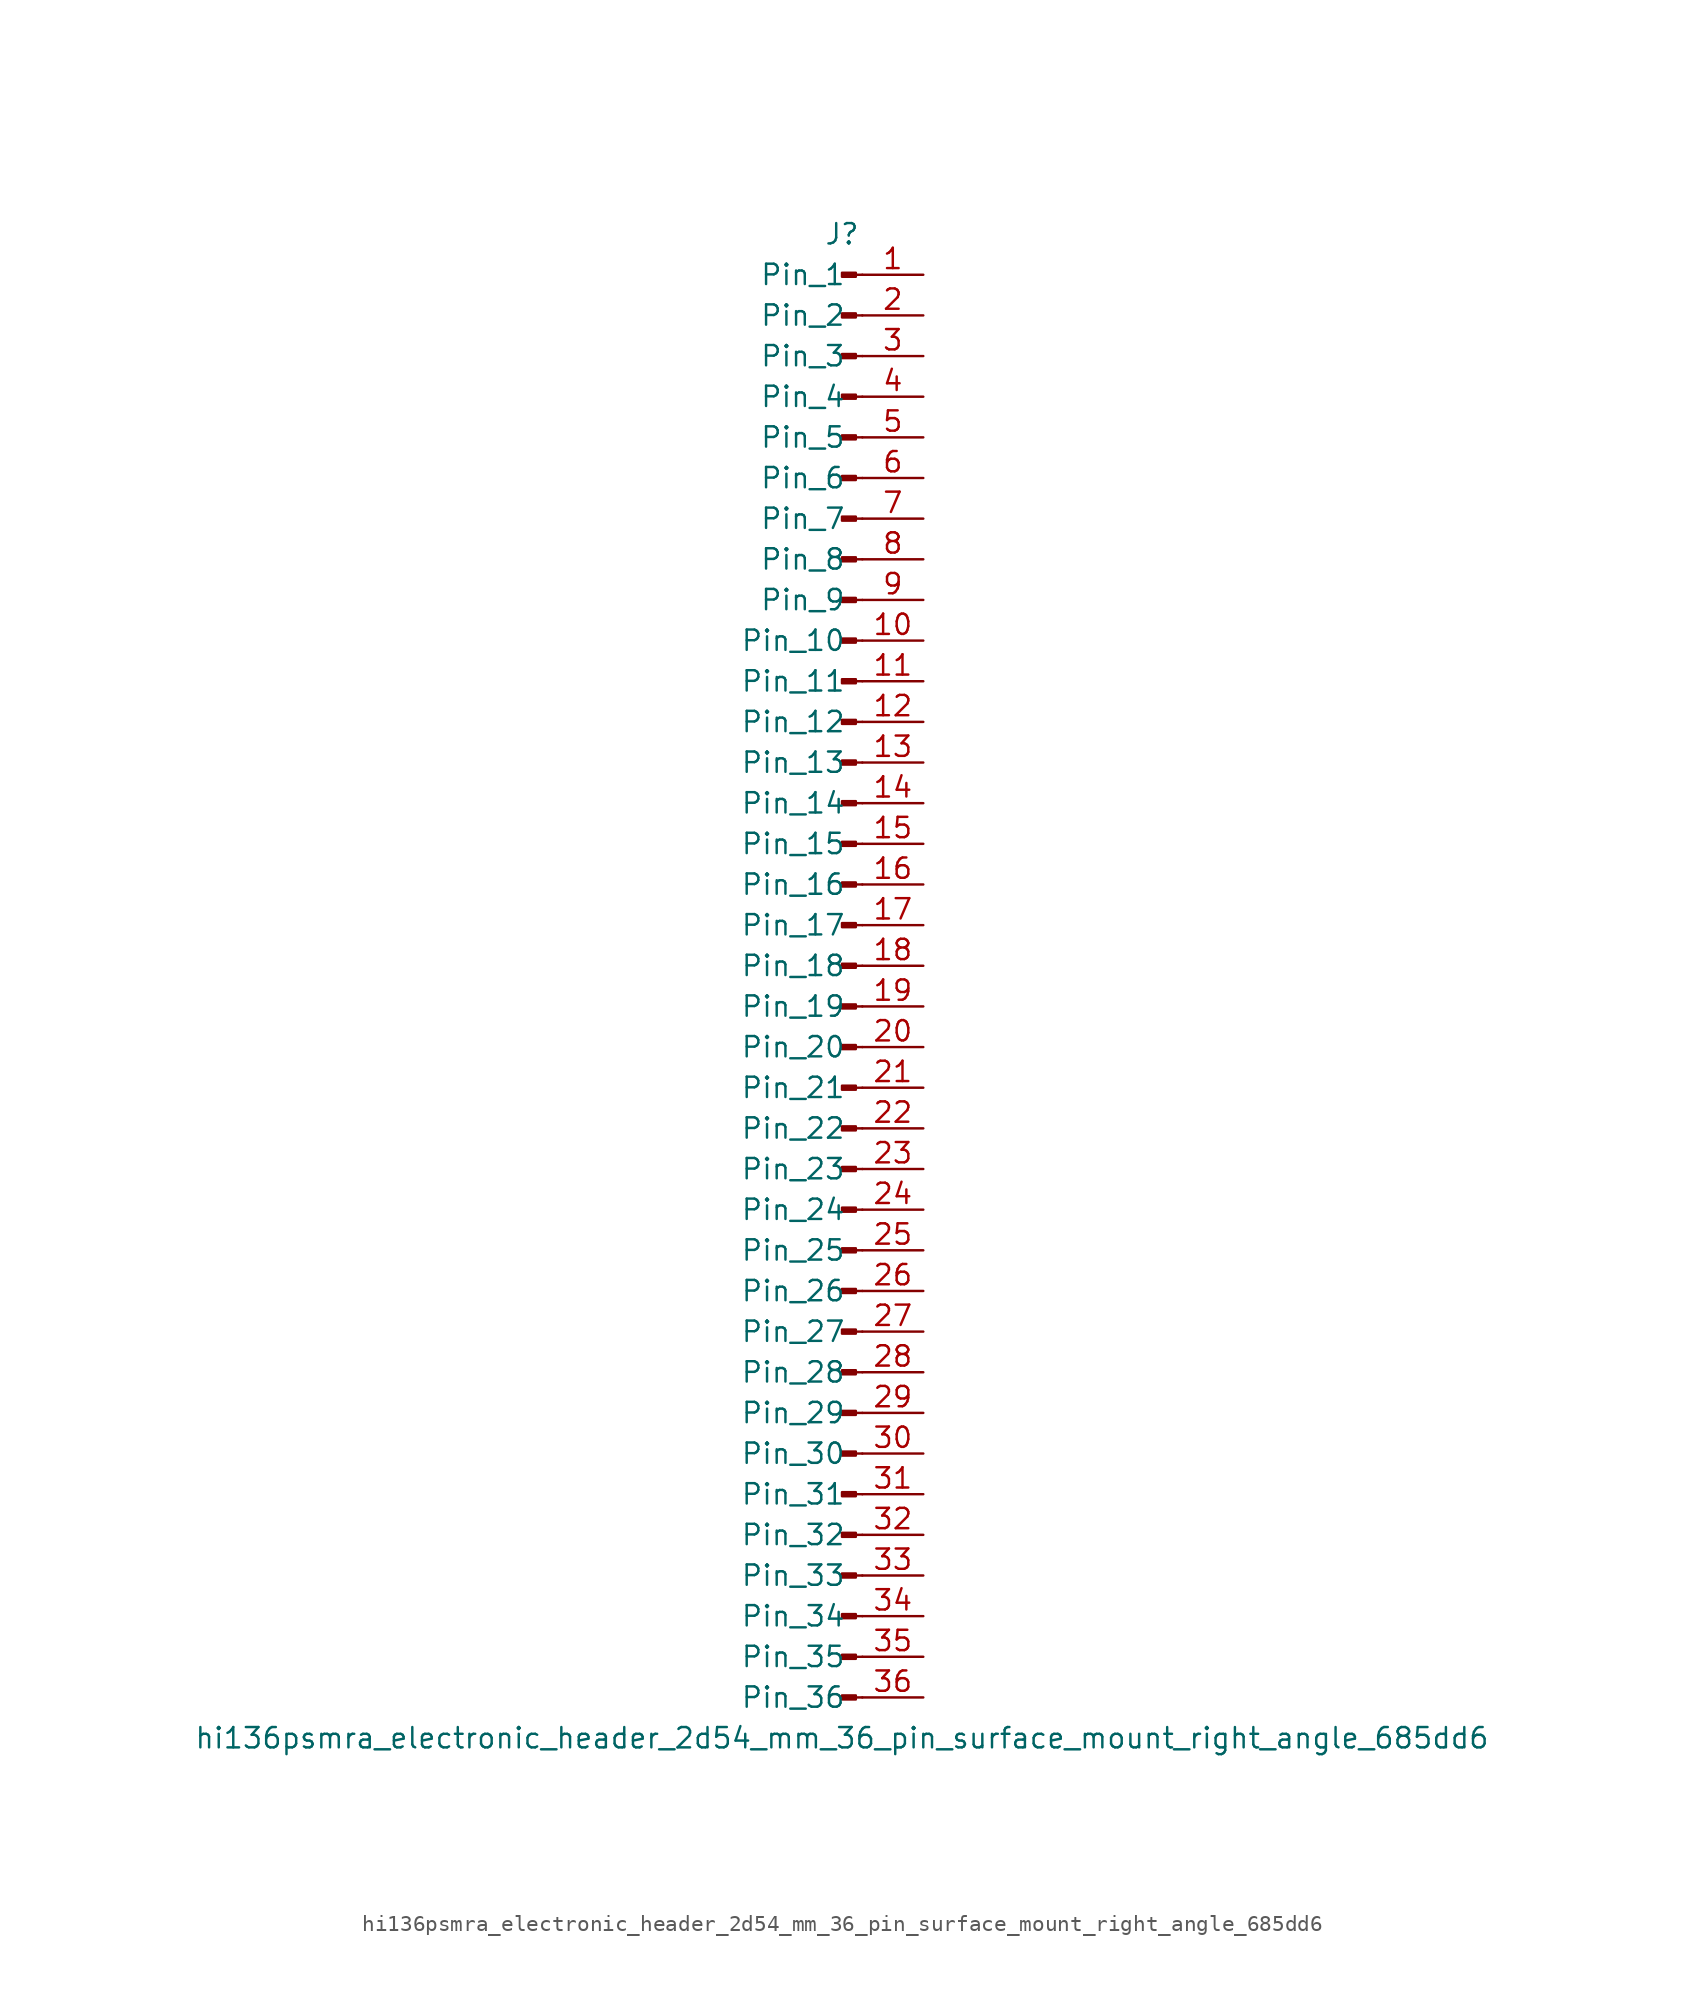
<source format=kicad_sym>
(kicad_symbol_lib
  (version 20220914)
  (generator kicad_symbol_editor)
  (symbol "hi136psmra_electronic_header_2d54_mm_36_pin_surface_mount_right_angle_685dd6"
    (pin_names
      (offset 1.016))
    (property "Reference" "J"
      (at 0 45.72 0)
      (effects (font (size 1.27 1.27))))
    (property "Value" "hi136psmra_electronic_header_2d54_mm_36_pin_surface_mount_right_angle_685dd6"
      (at 0 -48.26 0)
      (effects (font (size 1.27 1.27))))
    (property "ki_locked" ""
      (at 0 0 0)
      (effects (font (size 1.27 1.27))))
    (symbol "hi136psmra_electronic_header_2d54_mm_36_pin_surface_mount_right_angle_685dd6_1_1"
      (polyline (pts (xy 1.27 -45.72) (xy 0.864 -45.72)) (stroke (width 0.152) (type default)) (fill (type none)))
      (polyline (pts (xy 1.27 -43.18) (xy 0.864 -43.18)) (stroke (width 0.152) (type default)) (fill (type none)))
      (polyline (pts (xy 1.27 -40.64) (xy 0.864 -40.64)) (stroke (width 0.152) (type default)) (fill (type none)))
      (polyline (pts (xy 1.27 -38.1) (xy 0.864 -38.1)) (stroke (width 0.152) (type default)) (fill (type none)))
      (polyline (pts (xy 1.27 -35.56) (xy 0.864 -35.56)) (stroke (width 0.152) (type default)) (fill (type none)))
      (polyline (pts (xy 1.27 -33.02) (xy 0.864 -33.02)) (stroke (width 0.152) (type default)) (fill (type none)))
      (polyline (pts (xy 1.27 -30.48) (xy 0.864 -30.48)) (stroke (width 0.152) (type default)) (fill (type none)))
      (polyline (pts (xy 1.27 -27.94) (xy 0.864 -27.94)) (stroke (width 0.152) (type default)) (fill (type none)))
      (polyline (pts (xy 1.27 -25.4) (xy 0.864 -25.4)) (stroke (width 0.152) (type default)) (fill (type none)))
      (polyline (pts (xy 1.27 -22.86) (xy 0.864 -22.86)) (stroke (width 0.152) (type default)) (fill (type none)))
      (polyline (pts (xy 1.27 -20.32) (xy 0.864 -20.32)) (stroke (width 0.152) (type default)) (fill (type none)))
      (polyline (pts (xy 1.27 -17.78) (xy 0.864 -17.78)) (stroke (width 0.152) (type default)) (fill (type none)))
      (polyline (pts (xy 1.27 -15.24) (xy 0.864 -15.24)) (stroke (width 0.152) (type default)) (fill (type none)))
      (polyline (pts (xy 1.27 -12.7) (xy 0.864 -12.7)) (stroke (width 0.152) (type default)) (fill (type none)))
      (polyline (pts (xy 1.27 -10.16) (xy 0.864 -10.16)) (stroke (width 0.152) (type default)) (fill (type none)))
      (polyline (pts (xy 1.27 -7.62) (xy 0.864 -7.62)) (stroke (width 0.152) (type default)) (fill (type none)))
      (polyline (pts (xy 1.27 -5.08) (xy 0.864 -5.08)) (stroke (width 0.152) (type default)) (fill (type none)))
      (polyline (pts (xy 1.27 -2.54) (xy 0.864 -2.54)) (stroke (width 0.152) (type default)) (fill (type none)))
      (polyline (pts (xy 1.27 0) (xy 0.864 0)) (stroke (width 0.152) (type default)) (fill (type none)))
      (polyline (pts (xy 1.27 2.54) (xy 0.864 2.54)) (stroke (width 0.152) (type default)) (fill (type none)))
      (polyline (pts (xy 1.27 5.08) (xy 0.864 5.08)) (stroke (width 0.152) (type default)) (fill (type none)))
      (polyline (pts (xy 1.27 7.62) (xy 0.864 7.62)) (stroke (width 0.152) (type default)) (fill (type none)))
      (polyline (pts (xy 1.27 10.16) (xy 0.864 10.16)) (stroke (width 0.152) (type default)) (fill (type none)))
      (polyline (pts (xy 1.27 12.7) (xy 0.864 12.7)) (stroke (width 0.152) (type default)) (fill (type none)))
      (polyline (pts (xy 1.27 15.24) (xy 0.864 15.24)) (stroke (width 0.152) (type default)) (fill (type none)))
      (polyline (pts (xy 1.27 17.78) (xy 0.864 17.78)) (stroke (width 0.152) (type default)) (fill (type none)))
      (polyline (pts (xy 1.27 20.32) (xy 0.864 20.32)) (stroke (width 0.152) (type default)) (fill (type none)))
      (polyline (pts (xy 1.27 22.86) (xy 0.864 22.86)) (stroke (width 0.152) (type default)) (fill (type none)))
      (polyline (pts (xy 1.27 25.4) (xy 0.864 25.4)) (stroke (width 0.152) (type default)) (fill (type none)))
      (polyline (pts (xy 1.27 27.94) (xy 0.864 27.94)) (stroke (width 0.152) (type default)) (fill (type none)))
      (polyline (pts (xy 1.27 30.48) (xy 0.864 30.48)) (stroke (width 0.152) (type default)) (fill (type none)))
      (polyline (pts (xy 1.27 33.02) (xy 0.864 33.02)) (stroke (width 0.152) (type default)) (fill (type none)))
      (polyline (pts (xy 1.27 35.56) (xy 0.864 35.56)) (stroke (width 0.152) (type default)) (fill (type none)))
      (polyline (pts (xy 1.27 38.1) (xy 0.864 38.1)) (stroke (width 0.152) (type default)) (fill (type none)))
      (polyline (pts (xy 1.27 40.64) (xy 0.864 40.64)) (stroke (width 0.152) (type default)) (fill (type none)))
      (polyline (pts (xy 1.27 43.18) (xy 0.864 43.18)) (stroke (width 0.152) (type default)) (fill (type none)))
      (rectangle (start 0.864 -45.593) (end 0 -45.847) (stroke (width 0.152) (type default)) (fill (type outline)))
      (rectangle (start 0.864 -43.053) (end 0 -43.307) (stroke (width 0.152) (type default)) (fill (type outline)))
      (rectangle (start 0.864 -40.513) (end 0 -40.767) (stroke (width 0.152) (type default)) (fill (type outline)))
      (rectangle (start 0.864 -37.973) (end 0 -38.227) (stroke (width 0.152) (type default)) (fill (type outline)))
      (rectangle (start 0.864 -35.433) (end 0 -35.687) (stroke (width 0.152) (type default)) (fill (type outline)))
      (rectangle (start 0.864 -32.893) (end 0 -33.147) (stroke (width 0.152) (type default)) (fill (type outline)))
      (rectangle (start 0.864 -30.353) (end 0 -30.607) (stroke (width 0.152) (type default)) (fill (type outline)))
      (rectangle (start 0.864 -27.813) (end 0 -28.067) (stroke (width 0.152) (type default)) (fill (type outline)))
      (rectangle (start 0.864 -25.273) (end 0 -25.527) (stroke (width 0.152) (type default)) (fill (type outline)))
      (rectangle (start 0.864 -22.733) (end 0 -22.987) (stroke (width 0.152) (type default)) (fill (type outline)))
      (rectangle (start 0.864 -20.193) (end 0 -20.447) (stroke (width 0.152) (type default)) (fill (type outline)))
      (rectangle (start 0.864 -17.653) (end 0 -17.907) (stroke (width 0.152) (type default)) (fill (type outline)))
      (rectangle (start 0.864 -15.113) (end 0 -15.367) (stroke (width 0.152) (type default)) (fill (type outline)))
      (rectangle (start 0.864 -12.573) (end 0 -12.827) (stroke (width 0.152) (type default)) (fill (type outline)))
      (rectangle (start 0.864 -10.033) (end 0 -10.287) (stroke (width 0.152) (type default)) (fill (type outline)))
      (rectangle (start 0.864 -7.493) (end 0 -7.747) (stroke (width 0.152) (type default)) (fill (type outline)))
      (rectangle (start 0.864 -4.953) (end 0 -5.207) (stroke (width 0.152) (type default)) (fill (type outline)))
      (rectangle (start 0.864 -2.413) (end 0 -2.667) (stroke (width 0.152) (type default)) (fill (type outline)))
      (rectangle (start 0.864 0.127) (end 0 -0.127) (stroke (width 0.152) (type default)) (fill (type outline)))
      (rectangle (start 0.864 2.667) (end 0 2.413) (stroke (width 0.152) (type default)) (fill (type outline)))
      (rectangle (start 0.864 5.207) (end 0 4.953) (stroke (width 0.152) (type default)) (fill (type outline)))
      (rectangle (start 0.864 7.747) (end 0 7.493) (stroke (width 0.152) (type default)) (fill (type outline)))
      (rectangle (start 0.864 10.287) (end 0 10.033) (stroke (width 0.152) (type default)) (fill (type outline)))
      (rectangle (start 0.864 12.827) (end 0 12.573) (stroke (width 0.152) (type default)) (fill (type outline)))
      (rectangle (start 0.864 15.367) (end 0 15.113) (stroke (width 0.152) (type default)) (fill (type outline)))
      (rectangle (start 0.864 17.907) (end 0 17.653) (stroke (width 0.152) (type default)) (fill (type outline)))
      (rectangle (start 0.864 20.447) (end 0 20.193) (stroke (width 0.152) (type default)) (fill (type outline)))
      (rectangle (start 0.864 22.987) (end 0 22.733) (stroke (width 0.152) (type default)) (fill (type outline)))
      (rectangle (start 0.864 25.527) (end 0 25.273) (stroke (width 0.152) (type default)) (fill (type outline)))
      (rectangle (start 0.864 28.067) (end 0 27.813) (stroke (width 0.152) (type default)) (fill (type outline)))
      (rectangle (start 0.864 30.607) (end 0 30.353) (stroke (width 0.152) (type default)) (fill (type outline)))
      (rectangle (start 0.864 33.147) (end 0 32.893) (stroke (width 0.152) (type default)) (fill (type outline)))
      (rectangle (start 0.864 35.687) (end 0 35.433) (stroke (width 0.152) (type default)) (fill (type outline)))
      (rectangle (start 0.864 38.227) (end 0 37.973) (stroke (width 0.152) (type default)) (fill (type outline)))
      (rectangle (start 0.864 40.767) (end 0 40.513) (stroke (width 0.152) (type default)) (fill (type outline)))
      (rectangle (start 0.864 43.307) (end 0 43.053) (stroke (width 0.152) (type default)) (fill (type outline)))
      (pin passive line (at 5.08 43.18 180) (length 3.81) (name "Pin_1" (effects (font (size 1.27 1.27)))) (number "1" (effects (font (size 1.27 1.27)))))
      (pin passive line (at 5.08 20.32 180) (length 3.81) (name "Pin_10" (effects (font (size 1.27 1.27)))) (number "10" (effects (font (size 1.27 1.27)))))
      (pin passive line (at 5.08 17.78 180) (length 3.81) (name "Pin_11" (effects (font (size 1.27 1.27)))) (number "11" (effects (font (size 1.27 1.27)))))
      (pin passive line (at 5.08 15.24 180) (length 3.81) (name "Pin_12" (effects (font (size 1.27 1.27)))) (number "12" (effects (font (size 1.27 1.27)))))
      (pin passive line (at 5.08 12.7 180) (length 3.81) (name "Pin_13" (effects (font (size 1.27 1.27)))) (number "13" (effects (font (size 1.27 1.27)))))
      (pin passive line (at 5.08 10.16 180) (length 3.81) (name "Pin_14" (effects (font (size 1.27 1.27)))) (number "14" (effects (font (size 1.27 1.27)))))
      (pin passive line (at 5.08 7.62 180) (length 3.81) (name "Pin_15" (effects (font (size 1.27 1.27)))) (number "15" (effects (font (size 1.27 1.27)))))
      (pin passive line (at 5.08 5.08 180) (length 3.81) (name "Pin_16" (effects (font (size 1.27 1.27)))) (number "16" (effects (font (size 1.27 1.27)))))
      (pin passive line (at 5.08 2.54 180) (length 3.81) (name "Pin_17" (effects (font (size 1.27 1.27)))) (number "17" (effects (font (size 1.27 1.27)))))
      (pin passive line (at 5.08 0 180) (length 3.81) (name "Pin_18" (effects (font (size 1.27 1.27)))) (number "18" (effects (font (size 1.27 1.27)))))
      (pin passive line (at 5.08 -2.54 180) (length 3.81) (name "Pin_19" (effects (font (size 1.27 1.27)))) (number "19" (effects (font (size 1.27 1.27)))))
      (pin passive line (at 5.08 40.64 180) (length 3.81) (name "Pin_2" (effects (font (size 1.27 1.27)))) (number "2" (effects (font (size 1.27 1.27)))))
      (pin passive line (at 5.08 -5.08 180) (length 3.81) (name "Pin_20" (effects (font (size 1.27 1.27)))) (number "20" (effects (font (size 1.27 1.27)))))
      (pin passive line (at 5.08 -7.62 180) (length 3.81) (name "Pin_21" (effects (font (size 1.27 1.27)))) (number "21" (effects (font (size 1.27 1.27)))))
      (pin passive line (at 5.08 -10.16 180) (length 3.81) (name "Pin_22" (effects (font (size 1.27 1.27)))) (number "22" (effects (font (size 1.27 1.27)))))
      (pin passive line (at 5.08 -12.7 180) (length 3.81) (name "Pin_23" (effects (font (size 1.27 1.27)))) (number "23" (effects (font (size 1.27 1.27)))))
      (pin passive line (at 5.08 -15.24 180) (length 3.81) (name "Pin_24" (effects (font (size 1.27 1.27)))) (number "24" (effects (font (size 1.27 1.27)))))
      (pin passive line (at 5.08 -17.78 180) (length 3.81) (name "Pin_25" (effects (font (size 1.27 1.27)))) (number "25" (effects (font (size 1.27 1.27)))))
      (pin passive line (at 5.08 -20.32 180) (length 3.81) (name "Pin_26" (effects (font (size 1.27 1.27)))) (number "26" (effects (font (size 1.27 1.27)))))
      (pin passive line (at 5.08 -22.86 180) (length 3.81) (name "Pin_27" (effects (font (size 1.27 1.27)))) (number "27" (effects (font (size 1.27 1.27)))))
      (pin passive line (at 5.08 -25.4 180) (length 3.81) (name "Pin_28" (effects (font (size 1.27 1.27)))) (number "28" (effects (font (size 1.27 1.27)))))
      (pin passive line (at 5.08 -27.94 180) (length 3.81) (name "Pin_29" (effects (font (size 1.27 1.27)))) (number "29" (effects (font (size 1.27 1.27)))))
      (pin passive line (at 5.08 38.1 180) (length 3.81) (name "Pin_3" (effects (font (size 1.27 1.27)))) (number "3" (effects (font (size 1.27 1.27)))))
      (pin passive line (at 5.08 -30.48 180) (length 3.81) (name "Pin_30" (effects (font (size 1.27 1.27)))) (number "30" (effects (font (size 1.27 1.27)))))
      (pin passive line (at 5.08 -33.02 180) (length 3.81) (name "Pin_31" (effects (font (size 1.27 1.27)))) (number "31" (effects (font (size 1.27 1.27)))))
      (pin passive line (at 5.08 -35.56 180) (length 3.81) (name "Pin_32" (effects (font (size 1.27 1.27)))) (number "32" (effects (font (size 1.27 1.27)))))
      (pin passive line (at 5.08 -38.1 180) (length 3.81) (name "Pin_33" (effects (font (size 1.27 1.27)))) (number "33" (effects (font (size 1.27 1.27)))))
      (pin passive line (at 5.08 -40.64 180) (length 3.81) (name "Pin_34" (effects (font (size 1.27 1.27)))) (number "34" (effects (font (size 1.27 1.27)))))
      (pin passive line (at 5.08 -43.18 180) (length 3.81) (name "Pin_35" (effects (font (size 1.27 1.27)))) (number "35" (effects (font (size 1.27 1.27)))))
      (pin passive line (at 5.08 -45.72 180) (length 3.81) (name "Pin_36" (effects (font (size 1.27 1.27)))) (number "36" (effects (font (size 1.27 1.27)))))
      (pin passive line (at 5.08 35.56 180) (length 3.81) (name "Pin_4" (effects (font (size 1.27 1.27)))) (number "4" (effects (font (size 1.27 1.27)))))
      (pin passive line (at 5.08 33.02 180) (length 3.81) (name "Pin_5" (effects (font (size 1.27 1.27)))) (number "5" (effects (font (size 1.27 1.27)))))
      (pin passive line (at 5.08 30.48 180) (length 3.81) (name "Pin_6" (effects (font (size 1.27 1.27)))) (number "6" (effects (font (size 1.27 1.27)))))
      (pin passive line (at 5.08 27.94 180) (length 3.81) (name "Pin_7" (effects (font (size 1.27 1.27)))) (number "7" (effects (font (size 1.27 1.27)))))
      (pin passive line (at 5.08 25.4 180) (length 3.81) (name "Pin_8" (effects (font (size 1.27 1.27)))) (number "8" (effects (font (size 1.27 1.27)))))
      (pin passive line (at 5.08 22.86 180) (length 3.81) (name "Pin_9" (effects (font (size 1.27 1.27)))) (number "9" (effects (font (size 1.27 1.27))))))))
</source>
